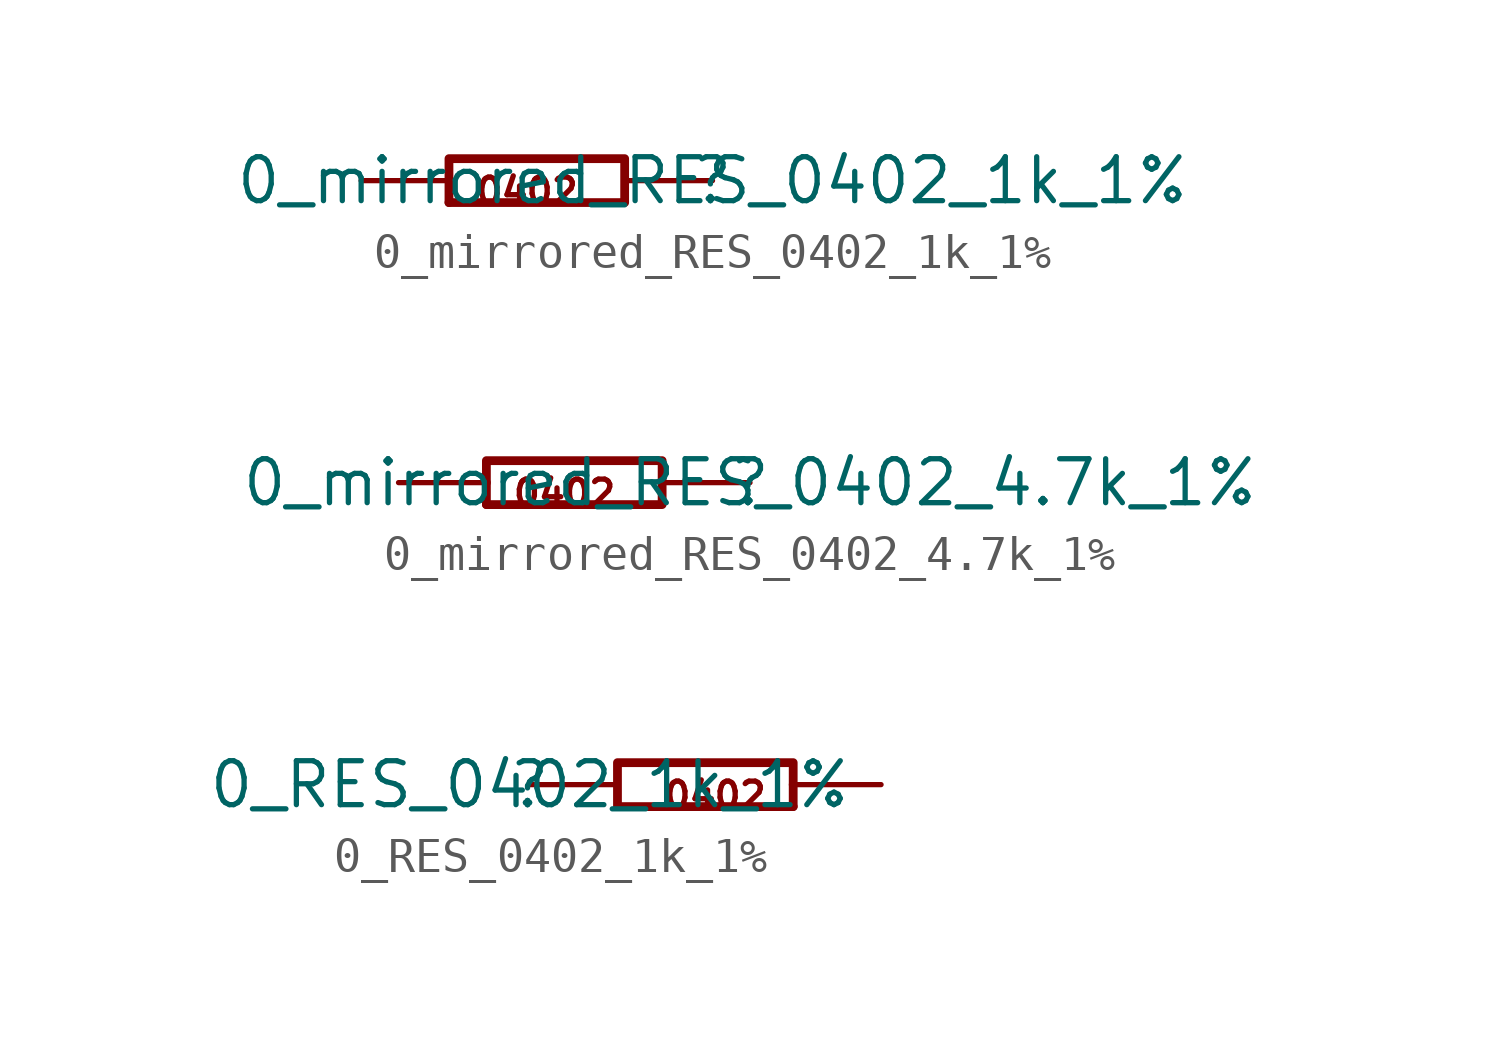
<source format=kicad_sym>
(kicad_symbol_lib
  (version 20211014)
  (generator kicad_symbol_editor)
  (symbol "0_mirrored_RES_0402_1k_1%"
    (property "Reference" ""
      (at 0 0 0)
      (effects (font (size 1.27 1.27))))
    (property "Value" "0_mirrored_RES_0402_1k_1%"
      (at 0 0 0)
      (effects (font (size 1.27 1.27))))
    (symbol "0_mirrored_RES_0402_1k_1%_1_0"
      (polyline (pts (xy -7.62 -0.635) (xy -7.62 0)) (stroke (width 0.254) (type default) (color 0 0 0 0)) (fill (type none)))
      (polyline (pts (xy -7.62 0) (xy -7.62 0.635) (xy -2.54 0.635) (xy -2.54 -0.635) (xy -7.62 -0.635)) (stroke (width 0.254) (type default) (color 0 0 0 0)) (fill (type none)))
      (text "0402" (at -3.81 -0.762 0) (effects (font (size 0.762 0.762)) (justify right bottom)))
      (pin passive line (at 0 0 180) (length 2.54) (name "1" (effects (font (size 0 0)))) (number "1" (effects (font (size 0 0)))))
      (pin passive line (at -10.16 0 0) (length 2.54) (name "2" (effects (font (size 0 0)))) (number "2" (effects (font (size 0 0)))))))
  (symbol "0_mirrored_RES_0402_4.7k_1%"
    (property "Reference" ""
      (at 0 0 0)
      (effects (font (size 1.27 1.27))))
    (property "Value" "0_mirrored_RES_0402_4.7k_1%"
      (at 0 0 0)
      (effects (font (size 1.27 1.27))))
    (symbol "0_mirrored_RES_0402_4.7k_1%_1_0"
      (polyline (pts (xy -7.62 -0.635) (xy -7.62 0)) (stroke (width 0.254) (type default) (color 0 0 0 0)) (fill (type none)))
      (polyline (pts (xy -7.62 0) (xy -7.62 0.635) (xy -2.54 0.635) (xy -2.54 -0.635) (xy -7.62 -0.635)) (stroke (width 0.254) (type default) (color 0 0 0 0)) (fill (type none)))
      (text "0402" (at -3.81 -0.762 0) (effects (font (size 0.762 0.762)) (justify right bottom)))
      (pin passive line (at 0 0 180) (length 2.54) (name "1" (effects (font (size 0 0)))) (number "1" (effects (font (size 0 0)))))
      (pin passive line (at -10.16 0 0) (length 2.54) (name "2" (effects (font (size 0 0)))) (number "2" (effects (font (size 0 0)))))))
  (symbol "0_RES_0402_1k_1%"
    (property "Reference" ""
      (at 0 0 0)
      (effects (font (size 1.27 1.27))))
    (property "Value" "0_RES_0402_1k_1%"
      (at 0 0 0)
      (effects (font (size 1.27 1.27))))
    (symbol "0_RES_0402_1k_1%_1_0"
      (polyline (pts (xy 7.62 -0.635) (xy 7.62 0)) (stroke (width 0.254) (type default) (color 0 0 0 0)) (fill (type none)))
      (polyline (pts (xy 7.62 0) (xy 7.62 0.635) (xy 2.54 0.635) (xy 2.54 -0.635) (xy 7.62 -0.635)) (stroke (width 0.254) (type default) (color 0 0 0 0)) (fill (type none)))
      (text "0402" (at 3.81 -0.762 0) (effects (font (size 0.762 0.762)) (justify left bottom)))
      (pin passive line (at 0 0 0) (length 2.54) (name "1" (effects (font (size 0 0)))) (number "1" (effects (font (size 0 0)))))
      (pin passive line (at 10.16 0 180) (length 2.54) (name "2" (effects (font (size 0 0)))) (number "2" (effects (font (size 0 0))))))))
</source>
